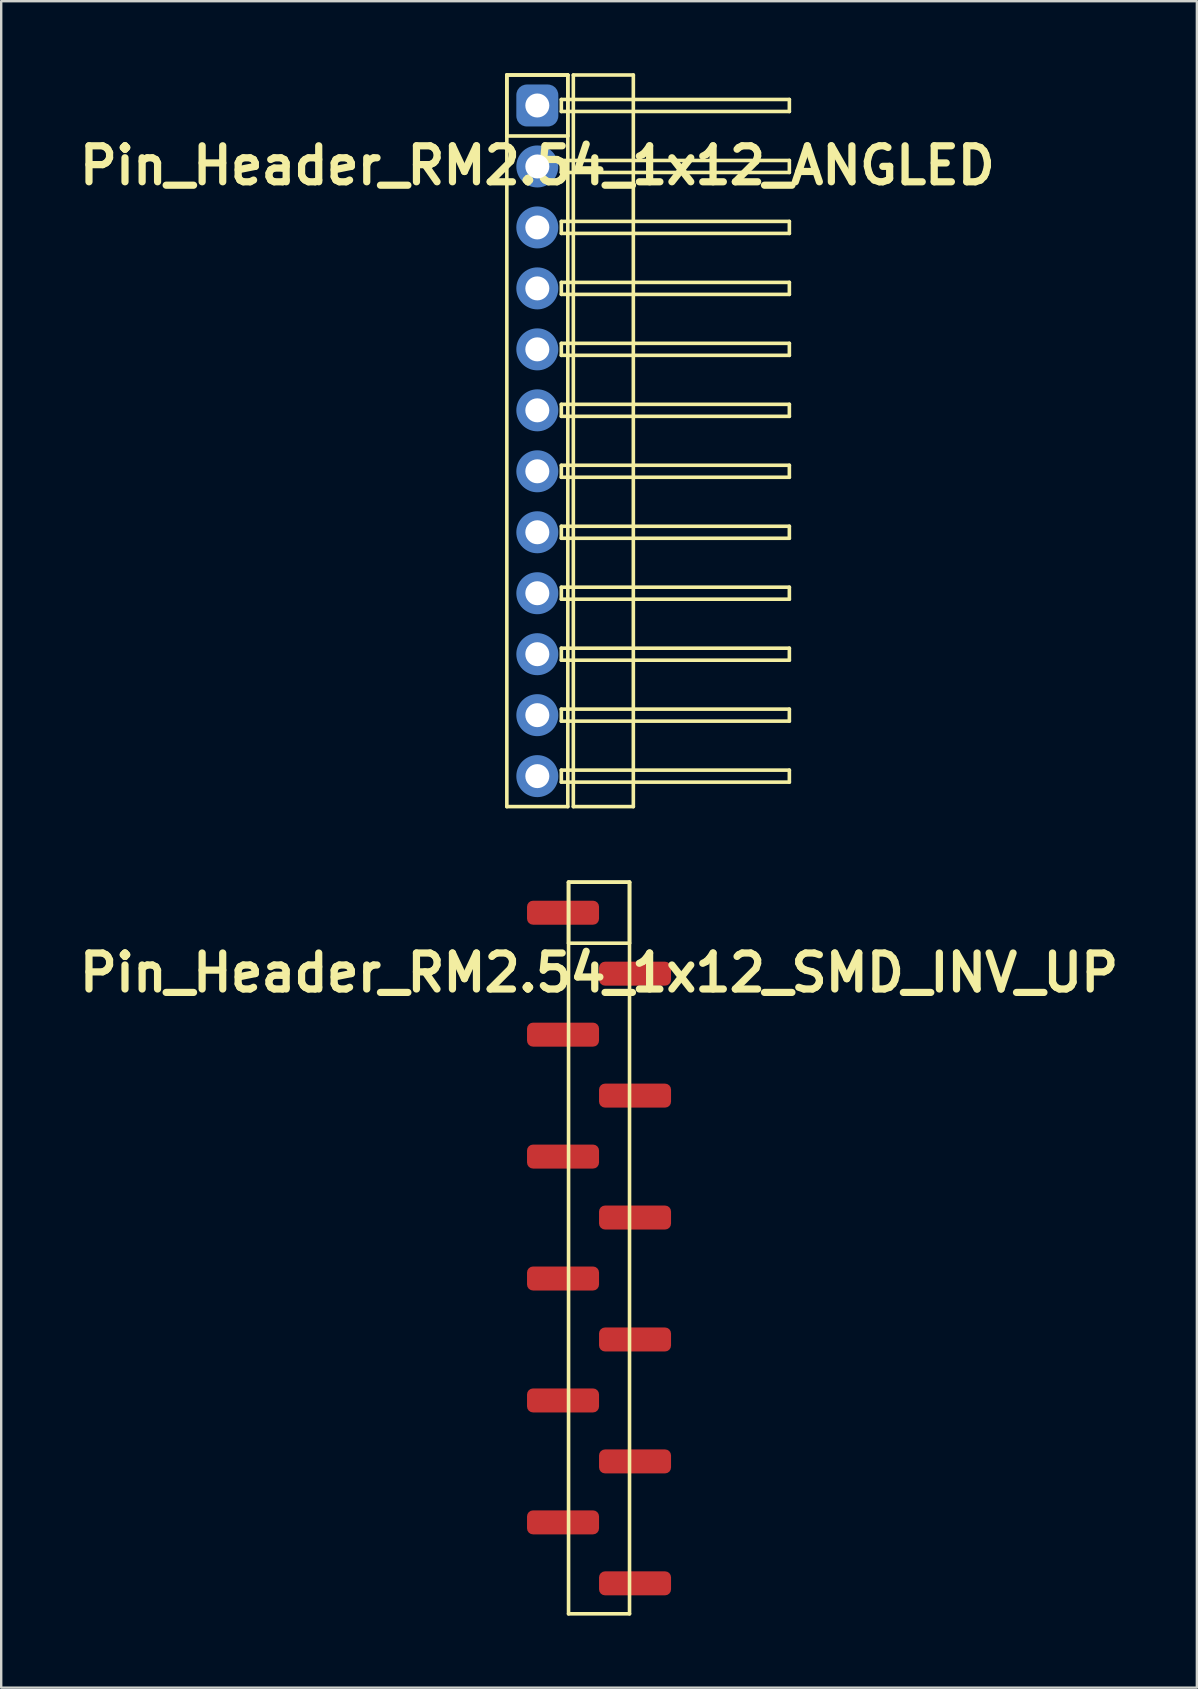
<source format=kicad_pcb>
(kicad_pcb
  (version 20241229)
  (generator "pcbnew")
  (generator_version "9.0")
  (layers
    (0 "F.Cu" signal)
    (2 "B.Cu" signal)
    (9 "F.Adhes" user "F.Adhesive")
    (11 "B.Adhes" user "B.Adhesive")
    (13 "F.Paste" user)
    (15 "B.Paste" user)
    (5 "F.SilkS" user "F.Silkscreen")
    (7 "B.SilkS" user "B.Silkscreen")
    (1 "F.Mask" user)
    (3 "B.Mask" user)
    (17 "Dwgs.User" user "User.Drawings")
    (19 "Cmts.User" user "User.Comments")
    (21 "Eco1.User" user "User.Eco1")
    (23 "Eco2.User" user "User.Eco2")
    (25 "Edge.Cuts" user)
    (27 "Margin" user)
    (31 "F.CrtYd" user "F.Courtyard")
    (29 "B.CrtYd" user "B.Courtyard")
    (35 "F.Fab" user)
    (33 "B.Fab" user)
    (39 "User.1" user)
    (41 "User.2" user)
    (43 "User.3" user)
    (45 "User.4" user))
  (footprint "Pin_Header_RM2.54_1x12_ANGLED"
    (layer "F.Cu")
    (at 19.336 1.345)
    (property "Reference" "Pin_Header_RM2.54_1x12_ANGLED" (at 0 2.5 0) (layer "F.SilkS") (effects (font (size 1.5 1.5) (thickness 0.3))))
    (attr through_hole)
    (fp_line (start -1.27 -1.27) (end 1.27 -1.27) (stroke (width 0.15) (type solid)) (layer "F.SilkS"))
    (fp_line (start -1.27 -1.27) (end 1.27 -1.27) (stroke (width 0.15) (type solid)) (layer "F.SilkS"))
    (fp_line (start -1.27 1.27) (end -1.27 -1.27) (stroke (width 0.15) (type solid)) (layer "F.SilkS"))
    (fp_line (start -1.27 29.21) (end -1.27 -1.27) (stroke (width 0.15) (type solid)) (layer "F.SilkS"))
    (fp_line (start 1 -0.25) (end 10.5 -0.25) (stroke (width 0.15) (type solid)) (layer "F.SilkS"))
    (fp_line (start 1 0.25) (end 1 -0.25) (stroke (width 0.15) (type solid)) (layer "F.SilkS"))
    (fp_line (start 1 2.29) (end 10.5 2.29) (stroke (width 0.15) (type solid)) (layer "F.SilkS"))
    (fp_line (start 1 2.79) (end 1 2.29) (stroke (width 0.15) (type solid)) (layer "F.SilkS"))
    (fp_line (start 1 4.83) (end 10.5 4.83) (stroke (width 0.15) (type solid)) (layer "F.SilkS"))
    (fp_line (start 1 5.33) (end 1 4.83) (stroke (width 0.15) (type solid)) (layer "F.SilkS"))
    (fp_line (start 1 7.37) (end 10.5 7.37) (stroke (width 0.15) (type solid)) (layer "F.SilkS"))
    (fp_line (start 1 7.87) (end 1 7.37) (stroke (width 0.15) (type solid)) (layer "F.SilkS"))
    (fp_line (start 1 9.91) (end 10.5 9.91) (stroke (width 0.15) (type solid)) (layer "F.SilkS"))
    (fp_line (start 1 10.41) (end 1 9.91) (stroke (width 0.15) (type solid)) (layer "F.SilkS"))
    (fp_line (start 1 12.45) (end 10.5 12.45) (stroke (width 0.15) (type solid)) (layer "F.SilkS"))
    (fp_line (start 1 12.95) (end 1 12.45) (stroke (width 0.15) (type solid)) (layer "F.SilkS"))
    (fp_line (start 1 14.99) (end 10.5 14.99) (stroke (width 0.15) (type solid)) (layer "F.SilkS"))
    (fp_line (start 1 15.49) (end 1 14.99) (stroke (width 0.15) (type solid)) (layer "F.SilkS"))
    (fp_line (start 1 17.53) (end 10.5 17.53) (stroke (width 0.15) (type solid)) (layer "F.SilkS"))
    (fp_line (start 1 18.03) (end 1 17.53) (stroke (width 0.15) (type solid)) (layer "F.SilkS"))
    (fp_line (start 1 20.07) (end 10.5 20.07) (stroke (width 0.15) (type solid)) (layer "F.SilkS"))
    (fp_line (start 1 20.57) (end 1 20.07) (stroke (width 0.15) (type solid)) (layer "F.SilkS"))
    (fp_line (start 1 22.61) (end 10.5 22.61) (stroke (width 0.15) (type solid)) (layer "F.SilkS"))
    (fp_line (start 1 23.11) (end 1 22.61) (stroke (width 0.15) (type solid)) (layer "F.SilkS"))
    (fp_line (start 1 25.15) (end 10.5 25.15) (stroke (width 0.15) (type solid)) (layer "F.SilkS"))
    (fp_line (start 1 25.65) (end 1 25.15) (stroke (width 0.15) (type solid)) (layer "F.SilkS"))
    (fp_line (start 1 27.69) (end 10.5 27.69) (stroke (width 0.15) (type solid)) (layer "F.SilkS"))
    (fp_line (start 1 28.19) (end 1 27.69) (stroke (width 0.15) (type solid)) (layer "F.SilkS"))
    (fp_line (start 1.27 -1.27) (end 1.27 1.27) (stroke (width 0.15) (type solid)) (layer "F.SilkS"))
    (fp_line (start 1.27 -1.27) (end 1.27 29.21) (stroke (width 0.15) (type solid)) (layer "F.SilkS"))
    (fp_line (start 1.27 1.27) (end -1.27 1.27) (stroke (width 0.15) (type solid)) (layer "F.SilkS"))
    (fp_line (start 1.27 29.21) (end -1.27 29.21) (stroke (width 0.15) (type solid)) (layer "F.SilkS"))
    (fp_line (start 1.5 -1.27) (end 4 -1.27) (stroke (width 0.15) (type solid)) (layer "F.SilkS"))
    (fp_line (start 1.5 29.21) (end 1.5 -1.27) (stroke (width 0.15) (type solid)) (layer "F.SilkS"))
    (fp_line (start 4 -1.27) (end 4 29.21) (stroke (width 0.15) (type solid)) (layer "F.SilkS"))
    (fp_line (start 4 29.21) (end 1.5 29.21) (stroke (width 0.15) (type solid)) (layer "F.SilkS"))
    (fp_line (start 10.5 -0.25) (end 10.5 0.25) (stroke (width 0.15) (type solid)) (layer "F.SilkS"))
    (fp_line (start 10.5 0.25) (end 1 0.25) (stroke (width 0.15) (type solid)) (layer "F.SilkS"))
    (fp_line (start 10.5 2.29) (end 10.5 2.79) (stroke (width 0.15) (type solid)) (layer "F.SilkS"))
    (fp_line (start 10.5 2.79) (end 1 2.79) (stroke (width 0.15) (type solid)) (layer "F.SilkS"))
    (fp_line (start 10.5 4.83) (end 10.5 5.33) (stroke (width 0.15) (type solid)) (layer "F.SilkS"))
    (fp_line (start 10.5 5.33) (end 1 5.33) (stroke (width 0.15) (type solid)) (layer "F.SilkS"))
    (fp_line (start 10.5 7.37) (end 10.5 7.87) (stroke (width 0.15) (type solid)) (layer "F.SilkS"))
    (fp_line (start 10.5 7.87) (end 1 7.87) (stroke (width 0.15) (type solid)) (layer "F.SilkS"))
    (fp_line (start 10.5 9.91) (end 10.5 10.41) (stroke (width 0.15) (type solid)) (layer "F.SilkS"))
    (fp_line (start 10.5 10.41) (end 1 10.41) (stroke (width 0.15) (type solid)) (layer "F.SilkS"))
    (fp_line (start 10.5 12.45) (end 10.5 12.95) (stroke (width 0.15) (type solid)) (layer "F.SilkS"))
    (fp_line (start 10.5 12.95) (end 1 12.95) (stroke (width 0.15) (type solid)) (layer "F.SilkS"))
    (fp_line (start 10.5 14.99) (end 10.5 15.49) (stroke (width 0.15) (type solid)) (layer "F.SilkS"))
    (fp_line (start 10.5 15.49) (end 1 15.49) (stroke (width 0.15) (type solid)) (layer "F.SilkS"))
    (fp_line (start 10.5 17.53) (end 10.5 18.03) (stroke (width 0.15) (type solid)) (layer "F.SilkS"))
    (fp_line (start 10.5 18.03) (end 1 18.03) (stroke (width 0.15) (type solid)) (layer "F.SilkS"))
    (fp_line (start 10.5 20.07) (end 10.5 20.57) (stroke (width 0.15) (type solid)) (layer "F.SilkS"))
    (fp_line (start 10.5 20.57) (end 1 20.57) (stroke (width 0.15) (type solid)) (layer "F.SilkS"))
    (fp_line (start 10.5 22.61) (end 10.5 23.11) (stroke (width 0.15) (type solid)) (layer "F.SilkS"))
    (fp_line (start 10.5 23.11) (end 1 23.11) (stroke (width 0.15) (type solid)) (layer "F.SilkS"))
    (fp_line (start 10.5 25.15) (end 10.5 25.65) (stroke (width 0.15) (type solid)) (layer "F.SilkS"))
    (fp_line (start 10.5 25.65) (end 1 25.65) (stroke (width 0.15) (type solid)) (layer "F.SilkS"))
    (fp_line (start 10.5 27.69) (end 10.5 28.19) (stroke (width 0.15) (type solid)) (layer "F.SilkS"))
    (fp_line (start 10.5 28.19) (end 1 28.19) (stroke (width 0.15) (type solid)) (layer "F.SilkS"))
    (pad "1" thru_hole circle (at 0 0) (size 1.3 1.3) (drill 1) (layers "*.Cu" "*.Mask"))
    (pad "1" smd roundrect (at 0 0) (size 1.5 1.5) (layers "F.Cu" "F.Mask") (roundrect_rratio 0.25))
    (pad "1" smd roundrect (at 0 0) (size 1.75 1.75) (layers "B.Cu" "B.Mask") (roundrect_rratio 0.25))
    (pad "2" thru_hole circle (at 0 2.54) (size 1.3 1.3) (drill 1) (layers "*.Cu" "*.Mask"))
    (pad "2" smd circle (at 0 2.54) (size 1.5 1.5) (layers "F.Cu" "F.Mask"))
    (pad "2" smd circle (at 0 2.54) (size 1.75 1.75) (layers "B.Cu" "B.Mask"))
    (pad "3" thru_hole circle (at 0 5.08) (size 1.3 1.3) (drill 1) (layers "*.Cu" "*.Mask"))
    (pad "3" smd circle (at 0 5.08) (size 1.5 1.5) (layers "F.Cu" "F.Mask"))
    (pad "3" smd circle (at 0 5.08) (size 1.75 1.75) (layers "B.Cu" "B.Mask"))
    (pad "4" thru_hole circle (at 0 7.62) (size 1.3 1.3) (drill 1) (layers "*.Cu" "*.Mask"))
    (pad "4" smd circle (at 0 7.62) (size 1.5 1.5) (layers "F.Cu" "F.Mask"))
    (pad "4" smd circle (at 0 7.62) (size 1.75 1.75) (layers "B.Cu" "B.Mask"))
    (pad "5" thru_hole circle (at 0 10.16) (size 1.3 1.3) (drill 1) (layers "*.Cu" "*.Mask"))
    (pad "5" smd circle (at 0 10.16) (size 1.5 1.5) (layers "F.Cu" "F.Mask"))
    (pad "5" smd circle (at 0 10.16) (size 1.75 1.75) (layers "B.Cu" "B.Mask"))
    (pad "6" thru_hole circle (at 0 12.7) (size 1.3 1.3) (drill 1) (layers "*.Cu" "*.Mask"))
    (pad "6" smd circle (at 0 12.7) (size 1.5 1.5) (layers "F.Cu" "F.Mask"))
    (pad "6" smd circle (at 0 12.7) (size 1.75 1.75) (layers "B.Cu" "B.Mask"))
    (pad "7" thru_hole circle (at 0 15.24) (size 1.3 1.3) (drill 1) (layers "*.Cu" "*.Mask"))
    (pad "7" smd circle (at 0 15.24) (size 1.5 1.5) (layers "F.Cu" "F.Mask"))
    (pad "7" smd circle (at 0 15.24) (size 1.75 1.75) (layers "B.Cu" "B.Mask"))
    (pad "8" thru_hole circle (at 0 17.78) (size 1.3 1.3) (drill 1) (layers "*.Cu" "*.Mask"))
    (pad "8" smd circle (at 0 17.78) (size 1.5 1.5) (layers "F.Cu" "F.Mask"))
    (pad "8" smd circle (at 0 17.78) (size 1.75 1.75) (layers "B.Cu" "B.Mask"))
    (pad "9" thru_hole circle (at 0 20.32) (size 1.3 1.3) (drill 1) (layers "*.Cu" "*.Mask"))
    (pad "9" smd circle (at 0 20.32) (size 1.5 1.5) (layers "F.Cu" "F.Mask"))
    (pad "9" smd circle (at 0 20.32) (size 1.75 1.75) (layers "B.Cu" "B.Mask"))
    (pad "10" thru_hole circle (at 0 22.86) (size 1.3 1.3) (drill 1) (layers "*.Cu" "*.Mask"))
    (pad "10" smd circle (at 0 22.86) (size 1.5 1.5) (layers "F.Cu" "F.Mask"))
    (pad "10" smd circle (at 0 22.86) (size 1.75 1.75) (layers "B.Cu" "B.Mask"))
    (pad "11" thru_hole circle (at 0 25.4) (size 1.3 1.3) (drill 1) (layers "*.Cu" "*.Mask"))
    (pad "11" smd circle (at 0 25.4) (size 1.5 1.5) (layers "F.Cu" "F.Mask"))
    (pad "11" smd circle (at 0 25.4) (size 1.75 1.75) (layers "B.Cu" "B.Mask"))
    (pad "12" thru_hole circle (at 0 27.94) (size 1.3 1.3) (drill 1) (layers "*.Cu" "*.Mask"))
    (pad "12" smd circle (at 0 27.94) (size 1.5 1.5) (layers "F.Cu" "F.Mask"))
    (pad "12" smd circle (at 0 27.94) (size 1.75 1.75) (layers "B.Cu" "B.Mask")))
  (footprint "Pin_Header_RM2.54_1x12_SMD_INV_UP"
    (layer "F.Cu")
    (at 21.907 34.975)
    (property "Reference" "Pin_Header_RM2.54_1x12_SMD_INV_UP" (at 0 2.5 0) (layer "F.SilkS") (effects (font (size 1.5 1.5) (thickness 0.3))))
    (attr through_hole)
    (fp_line (start -1.27 -1.27) (end 1.27 -1.27) (stroke (width 0.15) (type solid)) (layer "F.SilkS"))
    (fp_line (start -1.27 -1.27) (end 1.27 -1.27) (stroke (width 0.15) (type solid)) (layer "F.SilkS"))
    (fp_line (start -1.27 1.27) (end -1.27 -1.27) (stroke (width 0.15) (type solid)) (layer "F.SilkS"))
    (fp_line (start -1.27 29.21) (end -1.27 -1.27) (stroke (width 0.15) (type solid)) (layer "F.SilkS"))
    (fp_line (start 1.27 -1.27) (end 1.27 1.27) (stroke (width 0.15) (type solid)) (layer "F.SilkS"))
    (fp_line (start 1.27 -1.27) (end 1.27 29.21) (stroke (width 0.15) (type solid)) (layer "F.SilkS"))
    (fp_line (start 1.27 1.27) (end -1.27 1.27) (stroke (width 0.15) (type solid)) (layer "F.SilkS"))
    (fp_line (start 1.27 29.21) (end -1.27 29.21) (stroke (width 0.15) (type solid)) (layer "F.SilkS"))
    (pad "1" smd roundrect (at -1.5 0) (size 3 1) (layers "F.Cu" "F.Mask") (roundrect_rratio 0.25))
    (pad "2" smd roundrect (at 1.5 2.54) (size 3 1) (layers "F.Cu" "F.Mask") (roundrect_rratio 0.25))
    (pad "3" smd roundrect (at -1.5 5.08) (size 3 1) (layers "F.Cu" "F.Mask") (roundrect_rratio 0.25))
    (pad "4" smd roundrect (at 1.5 7.62) (size 3 1) (layers "F.Cu" "F.Mask") (roundrect_rratio 0.25))
    (pad "5" smd roundrect (at -1.5 10.16) (size 3 1) (layers "F.Cu" "F.Mask") (roundrect_rratio 0.25))
    (pad "6" smd roundrect (at 1.5 12.7) (size 3 1) (layers "F.Cu" "F.Mask") (roundrect_rratio 0.25))
    (pad "7" smd roundrect (at -1.5 15.24) (size 3 1) (layers "F.Cu" "F.Mask") (roundrect_rratio 0.25))
    (pad "8" smd roundrect (at 1.5 17.78) (size 3 1) (layers "F.Cu" "F.Mask") (roundrect_rratio 0.25))
    (pad "9" smd roundrect (at -1.5 20.32) (size 3 1) (layers "F.Cu" "F.Mask") (roundrect_rratio 0.25))
    (pad "10" smd roundrect (at 1.5 22.86) (size 3 1) (layers "F.Cu" "F.Mask") (roundrect_rratio 0.25))
    (pad "11" smd roundrect (at -1.5 25.4) (size 3 1) (layers "F.Cu" "F.Mask") (roundrect_rratio 0.25))
    (pad "12" smd roundrect (at 1.5 27.94) (size 3 1) (layers "F.Cu" "F.Mask") (roundrect_rratio 0.25)))
  (gr_rect
    (start -3 -3)
    (end 46.814 67.26)
    (stroke (width 0.1) (type default))
    (fill no)
    (layer "Edge.Cuts")))
</source>
